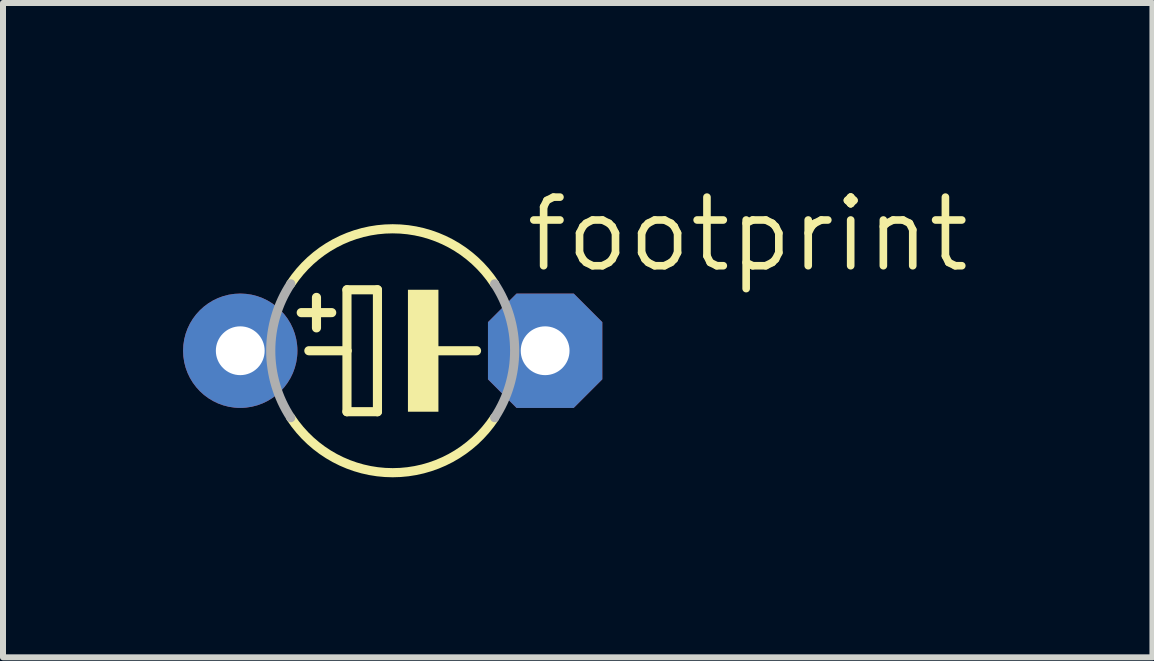
<source format=kicad_pcb>
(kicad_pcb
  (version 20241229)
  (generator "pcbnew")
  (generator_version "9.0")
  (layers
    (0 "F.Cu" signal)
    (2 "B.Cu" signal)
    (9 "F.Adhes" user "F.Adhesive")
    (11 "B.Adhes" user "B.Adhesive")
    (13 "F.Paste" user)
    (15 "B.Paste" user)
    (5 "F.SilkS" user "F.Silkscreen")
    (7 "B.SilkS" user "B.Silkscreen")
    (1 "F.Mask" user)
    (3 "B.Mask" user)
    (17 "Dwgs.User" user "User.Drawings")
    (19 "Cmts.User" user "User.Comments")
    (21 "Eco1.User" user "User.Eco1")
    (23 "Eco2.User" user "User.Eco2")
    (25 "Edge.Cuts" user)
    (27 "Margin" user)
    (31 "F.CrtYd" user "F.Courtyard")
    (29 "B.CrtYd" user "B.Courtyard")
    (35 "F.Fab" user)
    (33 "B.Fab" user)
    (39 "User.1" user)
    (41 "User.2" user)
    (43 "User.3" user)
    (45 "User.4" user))
  (footprint "footprint"
    (layer "F.Cu")
    (at 3.493 2.794)
    (property "Reference" "footprint" (at 2.159 -1.27 0) (layer "F.SilkS") (effects (font (size 1.143 1.143) (thickness 0.127)) (justify left bottom)))
    (fp_line (start -1.524 -0.635) (end -1.016 -0.635) (stroke (width 0.152) (type solid)) (layer "F.SilkS"))
    (fp_line (start -1.397 0) (end -0.762 0) (stroke (width 0.152) (type solid)) (layer "F.SilkS"))
    (fp_line (start -1.27 -0.381) (end -1.27 -0.889) (stroke (width 0.152) (type solid)) (layer "F.SilkS"))
    (fp_line (start -0.762 -1.016) (end -0.762 0) (stroke (width 0.152) (type solid)) (layer "F.SilkS"))
    (fp_line (start -0.762 0) (end -0.762 1.016) (stroke (width 0.152) (type solid)) (layer "F.SilkS"))
    (fp_line (start -0.762 1.016) (end -0.254 1.016) (stroke (width 0.152) (type solid)) (layer "F.SilkS"))
    (fp_line (start -0.254 -1.016) (end -0.762 -1.016) (stroke (width 0.152) (type solid)) (layer "F.SilkS"))
    (fp_line (start -0.254 1.016) (end -0.254 -1.016) (stroke (width 0.152) (type solid)) (layer "F.SilkS"))
    (fp_line (start 0.635 0) (end 1.397 0) (stroke (width 0.152) (type solid)) (layer "F.SilkS"))
    (fp_arc (start -1.6985 -1.1153) (mid 0 -2.031944) (end 1.6985 -1.1153) (stroke (width 0.1524) (type solid)) (layer "F.SilkS"))
    (fp_arc (start 1.6985 1.1153) (mid 0 2.031944) (end -1.6985 1.1153) (stroke (width 0.1524) (type solid)) (layer "F.SilkS"))
    (fp_poly (pts (xy 0.254 1.016) (xy 0.762 1.016) (xy 0.762 -1.016) (xy 0.254 -1.016)) (stroke (width 0) (type solid)) (fill yes) (layer "F.SilkS"))
    (fp_arc (start -1.6985 1.1153) (mid -2.031944 0) (end -1.6985 -1.1153) (stroke (width 0.1524) (type solid)) (layer "F.Fab"))
    (fp_arc (start 1.6985 -1.1153) (mid 2.031944 0) (end 1.6985 1.1153) (stroke (width 0.1524) (type solid)) (layer "F.Fab"))
    (pad "+" thru_hole circle (at -2.54 0) (size 1.905 1.905) (drill 0.813) (layers "*.Cu" "*.Mask"))
    (pad "-" thru_hole roundrect (at 2.54 0) (size 1.905 1.905) (drill 0.813) (layers "*.Cu" "*.Mask") (roundrect_rratio 0.25) (chamfer_ratio 0.25) (chamfer top_left top_right bottom_left bottom_right)))
  (gr_rect
    (start -3 -3)
    (end 16.152 7.902)
    (stroke (width 0.1) (type default))
    (fill no)
    (layer "Edge.Cuts")))
</source>
